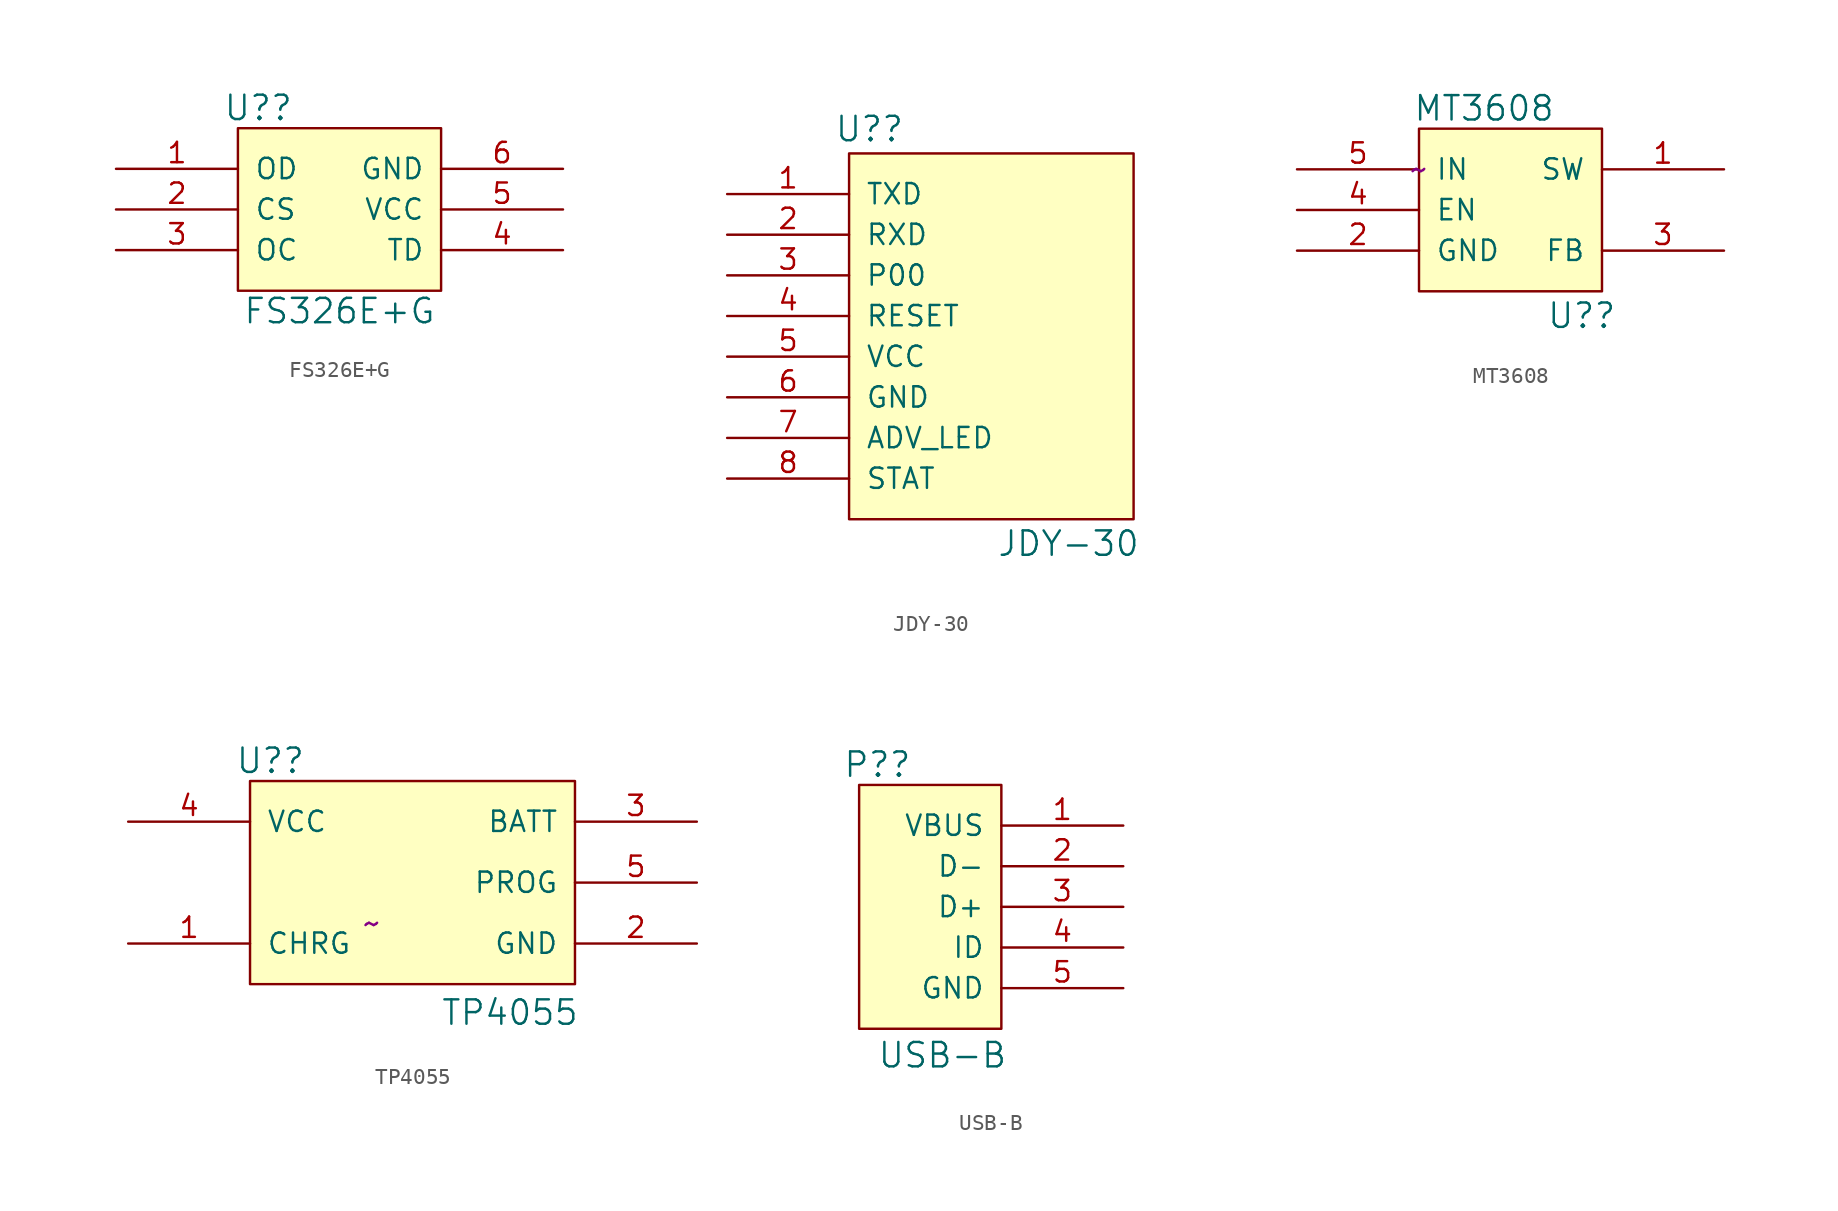
<source format=kicad_sym>
(kicad_symbol_lib
  (version 20211014)
  (generator kicad_symbol_editor)
  (symbol "FS326E+G"
    (pin_names
      (offset 1.016))
    (property "Reference" "U?"
      (at 1.27 3.81 0)
      (effects (font (size 1.524 1.524))))
    (property "Value" "FS326E+G"
      (at 6.35 -8.89 0)
      (effects (font (size 1.524 1.524))))
    (property "Datasheet" ""
      (at 0 0 0)
      (effects (font (size 1.524 1.524))))
    (symbol "FS326E+G_0_1"
      (rectangle (start 0 2.54) (end 12.7 -7.62) (stroke (width 0) (type default) (color 0 0 0 0)) (fill (type background))))
    (symbol "FS326E+G_1_1"
      (pin input line (at -7.62 0 0) (length 7.62) (name "OD" (effects (font (size 1.27 1.27)))) (number "1" (effects (font (size 1.27 1.27)))))
      (pin input line (at -7.62 -2.54 0) (length 7.62) (name "CS" (effects (font (size 1.27 1.27)))) (number "2" (effects (font (size 1.27 1.27)))))
      (pin input line (at -7.62 -5.08 0) (length 7.62) (name "OC" (effects (font (size 1.27 1.27)))) (number "3" (effects (font (size 1.27 1.27)))))
      (pin input line (at 20.32 -5.08 180) (length 7.62) (name "TD" (effects (font (size 1.27 1.27)))) (number "4" (effects (font (size 1.27 1.27)))))
      (pin input line (at 20.32 -2.54 180) (length 7.62) (name "VCC" (effects (font (size 1.27 1.27)))) (number "5" (effects (font (size 1.27 1.27)))))
      (pin input line (at 20.32 0 180) (length 7.62) (name "GND" (effects (font (size 1.27 1.27)))) (number "6" (effects (font (size 1.27 1.27)))))))
  (symbol "JDY-30"
    (pin_names
      (offset 1.016))
    (property "Reference" "U?"
      (at 1.27 4.064 0)
      (effects (font (size 1.524 1.524))))
    (property "Value" "JDY-30"
      (at 13.716 -21.844 0)
      (effects (font (size 1.524 1.524))))
    (symbol "JDY-30_0_1"
      (rectangle (start 0 2.54) (end 17.78 -20.32) (stroke (width 0) (type default) (color 0 0 0 0)) (fill (type background))))
    (symbol "JDY-30_1_1"
      (pin passive line (at -7.62 0 0) (length 7.62) (name "TXD" (effects (font (size 1.27 1.27)))) (number "1" (effects (font (size 1.27 1.27)))))
      (pin passive line (at -7.62 -2.54 0) (length 7.62) (name "RXD" (effects (font (size 1.27 1.27)))) (number "2" (effects (font (size 1.27 1.27)))))
      (pin passive line (at -7.62 -5.08 0) (length 7.62) (name "P00" (effects (font (size 1.27 1.27)))) (number "3" (effects (font (size 1.27 1.27)))))
      (pin passive line (at -7.62 -7.62 0) (length 7.62) (name "RESET" (effects (font (size 1.27 1.27)))) (number "4" (effects (font (size 1.27 1.27)))))
      (pin passive line (at -7.62 -10.16 0) (length 7.62) (name "VCC" (effects (font (size 1.27 1.27)))) (number "5" (effects (font (size 1.27 1.27)))))
      (pin passive line (at -7.62 -12.7 0) (length 7.62) (name "GND" (effects (font (size 1.27 1.27)))) (number "6" (effects (font (size 1.27 1.27)))))
      (pin passive line (at -7.62 -15.24 0) (length 7.62) (name "ADV_LED" (effects (font (size 1.27 1.27)))) (number "7" (effects (font (size 1.27 1.27)))))
      (pin passive line (at -7.62 -17.78 0) (length 7.62) (name "STAT" (effects (font (size 1.27 1.27)))) (number "8" (effects (font (size 1.27 1.27)))))))
  (symbol "MT3608"
    (pin_names
      (offset 1.016))
    (property "Reference" "U?"
      (at 10.16 -9.144 0)
      (effects (font (size 1.524 1.524))))
    (property "Value" "MT3608"
      (at 4.064 3.81 0)
      (effects (font (size 1.524 1.524))))
    (property "Datasheet" "~"
      (at 0 0 0)
      (effects (font (size 1.524 1.524))))
    (symbol "MT3608_0_1"
      (rectangle (start 11.43 -7.62) (end 0 2.54) (stroke (width 0) (type default) (color 0 0 0 0)) (fill (type background))))
    (symbol "MT3608_1_1"
      (pin input line (at 19.05 0 180) (length 7.62) (name "SW" (effects (font (size 1.27 1.27)))) (number "1" (effects (font (size 1.27 1.27)))))
      (pin input line (at -7.62 -5.08 0) (length 7.62) (name "GND" (effects (font (size 1.27 1.27)))) (number "2" (effects (font (size 1.27 1.27)))))
      (pin input line (at 19.05 -5.08 180) (length 7.62) (name "FB" (effects (font (size 1.27 1.27)))) (number "3" (effects (font (size 1.27 1.27)))))
      (pin input line (at -7.62 -2.54 0) (length 7.62) (name "EN" (effects (font (size 1.27 1.27)))) (number "4" (effects (font (size 1.27 1.27)))))
      (pin input line (at -7.62 0 0) (length 7.62) (name "IN" (effects (font (size 1.27 1.27)))) (number "5" (effects (font (size 1.27 1.27)))))))
  (symbol "TP4055"
    (pin_names
      (offset 1.016))
    (property "Reference" "U?"
      (at -8.89 10.16 0)
      (effects (font (size 1.524 1.524))))
    (property "Value" "TP4055"
      (at 6.096 -5.588 0)
      (effects (font (size 1.524 1.524))))
    (property "Datasheet" "~"
      (at -2.54 0 0)
      (effects (font (size 1.524 1.524))))
    (symbol "TP4055_0_1"
      (rectangle (start -10.16 -3.81) (end 10.16 8.89) (stroke (width 0) (type default) (color 0 0 0 0)) (fill (type background))))
    (symbol "TP4055_1_1"
      (pin passive line (at -17.78 -1.27 0) (length 7.62) (name "CHRG" (effects (font (size 1.27 1.27)))) (number "1" (effects (font (size 1.27 1.27)))))
      (pin passive line (at 17.78 -1.27 180) (length 7.62) (name "GND" (effects (font (size 1.27 1.27)))) (number "2" (effects (font (size 1.27 1.27)))))
      (pin passive line (at 17.78 6.35 180) (length 7.62) (name "BATT" (effects (font (size 1.27 1.27)))) (number "3" (effects (font (size 1.27 1.27)))))
      (pin passive line (at -17.78 6.35 0) (length 7.62) (name "VCC" (effects (font (size 1.27 1.27)))) (number "4" (effects (font (size 1.27 1.27)))))
      (pin passive line (at 17.78 2.54 180) (length 7.62) (name "PROG" (effects (font (size 1.27 1.27)))) (number "5" (effects (font (size 1.27 1.27)))))))
  (symbol "USB-B"
    (pin_names
      (offset 1.016))
    (property "Reference" "P?"
      (at -7.747 8.89 0)
      (effects (font (size 1.524 1.524))))
    (property "Value" "USB-B"
      (at -3.683 -9.271 0)
      (effects (font (size 1.524 1.524))))
    (symbol "USB-B_0_1"
      (rectangle (start 0 7.62) (end -8.89 -7.62) (stroke (width 0) (type default) (color 0 0 0 0)) (fill (type background))))
    (symbol "USB-B_1_1"
      (pin passive line (at 7.62 5.08 180) (length 7.62) (name "VBUS" (effects (font (size 1.27 1.27)))) (number "1" (effects (font (size 1.27 1.27)))))
      (pin passive line (at 7.62 2.54 180) (length 7.62) (name "D-" (effects (font (size 1.27 1.27)))) (number "2" (effects (font (size 1.27 1.27)))))
      (pin passive line (at 7.62 0 180) (length 7.62) (name "D+" (effects (font (size 1.27 1.27)))) (number "3" (effects (font (size 1.27 1.27)))))
      (pin passive line (at 7.62 -2.54 180) (length 7.62) (name "ID" (effects (font (size 1.27 1.27)))) (number "4" (effects (font (size 1.27 1.27)))))
      (pin passive line (at 7.62 -5.08 180) (length 7.62) (name "GND" (effects (font (size 1.27 1.27)))) (number "5" (effects (font (size 1.27 1.27))))))))
</source>
